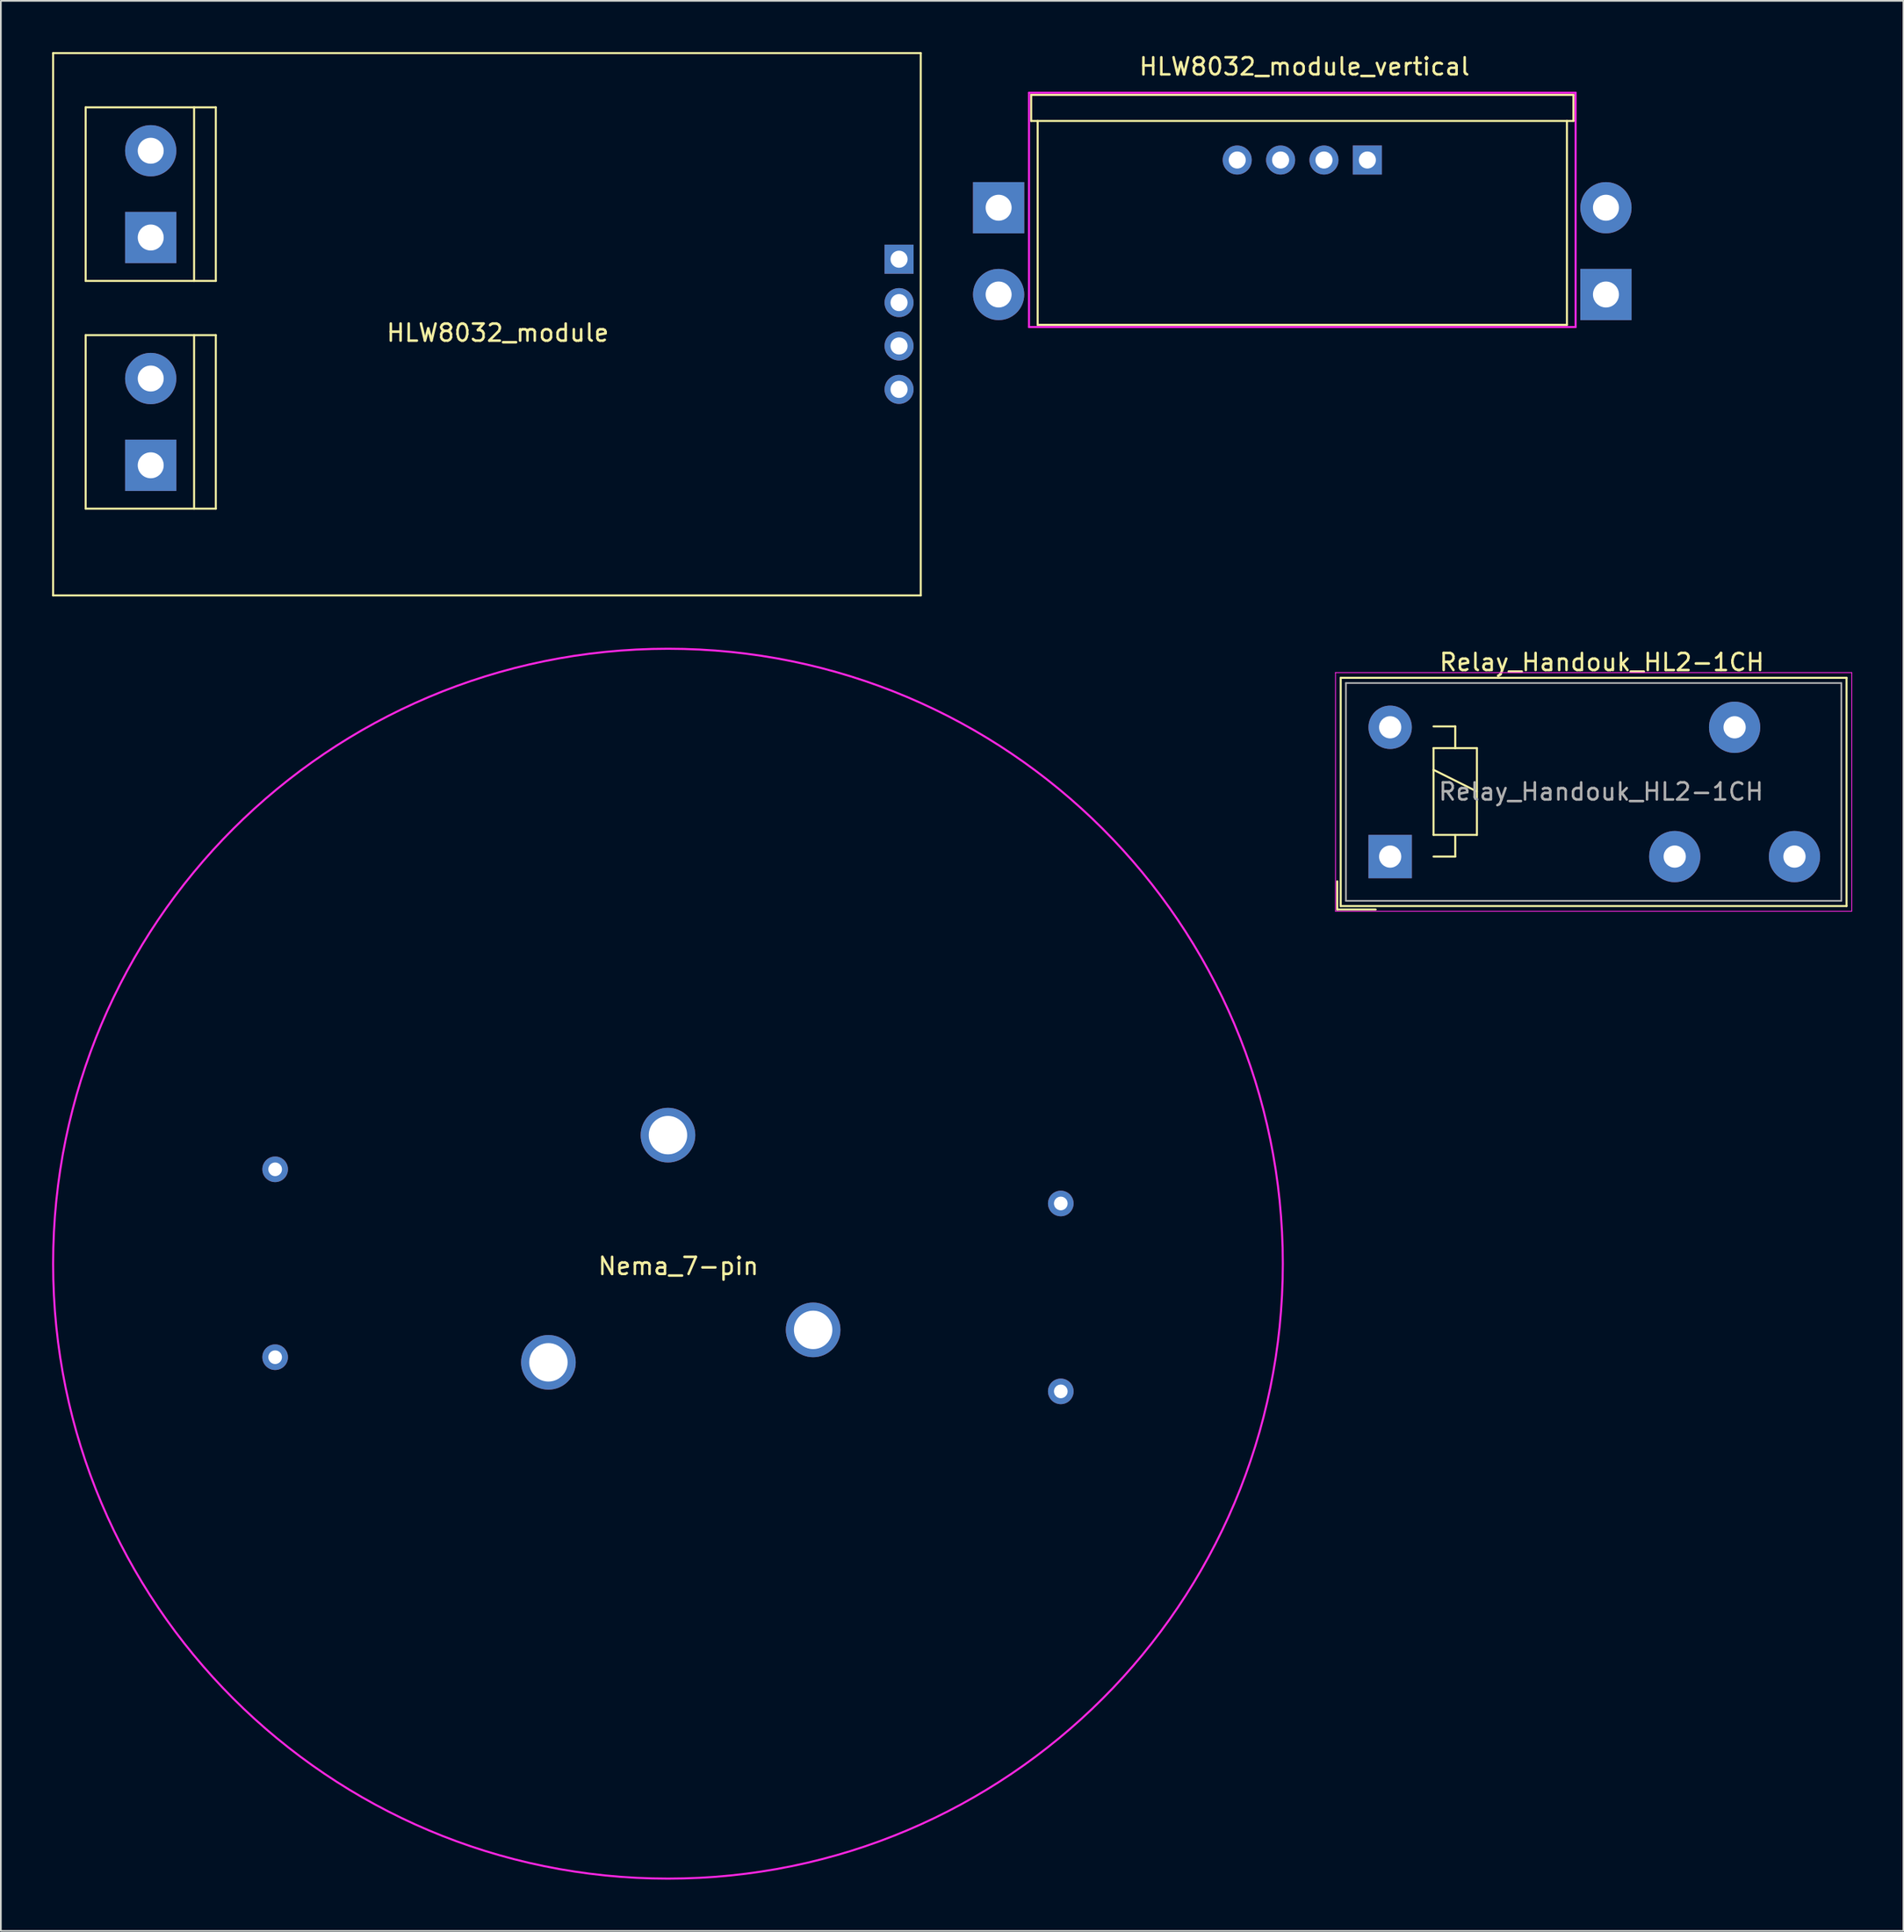
<source format=kicad_pcb>
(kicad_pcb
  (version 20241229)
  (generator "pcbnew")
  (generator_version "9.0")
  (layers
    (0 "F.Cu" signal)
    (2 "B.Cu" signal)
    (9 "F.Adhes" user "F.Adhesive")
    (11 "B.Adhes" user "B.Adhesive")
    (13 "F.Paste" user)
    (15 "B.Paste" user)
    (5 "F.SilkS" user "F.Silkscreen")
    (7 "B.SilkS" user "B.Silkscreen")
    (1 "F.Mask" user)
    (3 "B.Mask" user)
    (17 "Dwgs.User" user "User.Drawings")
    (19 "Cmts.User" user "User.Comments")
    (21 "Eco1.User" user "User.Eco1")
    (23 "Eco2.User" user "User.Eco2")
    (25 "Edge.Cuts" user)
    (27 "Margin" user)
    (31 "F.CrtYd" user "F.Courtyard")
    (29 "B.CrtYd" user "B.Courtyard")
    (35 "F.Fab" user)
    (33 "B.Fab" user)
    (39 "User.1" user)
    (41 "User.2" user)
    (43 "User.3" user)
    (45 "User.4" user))
  (footprint "HLW8032_module"
    (layer "F.Cu")
    (at 25.46 15.935)
    (property "Reference" "HLW8032_module" (at 0.635 0.5 0) (layer "F.SilkS") (effects (font (size 1 1) (thickness 0.15))))
    (attr through_hole)
    (fp_line (start -25.4 -15.875) (end -25.4 15.875) (stroke (width 0.12) (type solid)) (layer "F.SilkS"))
    (fp_line (start -25.4 15.875) (end 25.4 15.875) (stroke (width 0.12) (type solid)) (layer "F.SilkS"))
    (fp_line (start -23.495 -12.7) (end -23.495 -2.54) (stroke (width 0.12) (type solid)) (layer "F.SilkS"))
    (fp_line (start -23.495 -2.54) (end -15.875 -2.54) (stroke (width 0.12) (type solid)) (layer "F.SilkS"))
    (fp_line (start -23.495 0.635) (end -23.495 10.795) (stroke (width 0.12) (type solid)) (layer "F.SilkS"))
    (fp_line (start -23.495 10.795) (end -15.875 10.795) (stroke (width 0.12) (type solid)) (layer "F.SilkS"))
    (fp_line (start -17.145 -12.7) (end -17.145 -2.54) (stroke (width 0.12) (type solid)) (layer "F.SilkS"))
    (fp_line (start -17.145 0.635) (end -17.145 10.795) (stroke (width 0.12) (type solid)) (layer "F.SilkS"))
    (fp_line (start -15.875 -12.7) (end -23.495 -12.7) (stroke (width 0.12) (type solid)) (layer "F.SilkS"))
    (fp_line (start -15.875 -2.54) (end -15.875 -12.7) (stroke (width 0.12) (type solid)) (layer "F.SilkS"))
    (fp_line (start -15.875 0.635) (end -23.495 0.635) (stroke (width 0.12) (type solid)) (layer "F.SilkS"))
    (fp_line (start -15.875 10.795) (end -15.875 0.635) (stroke (width 0.12) (type solid)) (layer "F.SilkS"))
    (fp_line (start 25.4 -15.875) (end -25.4 -15.875) (stroke (width 0.12) (type solid)) (layer "F.SilkS"))
    (fp_line (start 25.4 15.875) (end 25.4 -15.875) (stroke (width 0.12) (type solid)) (layer "F.SilkS"))
    (pad "H1" thru_hole circle (at -19.685 -10.16 90) (size 3 3) (drill 1.52) (layers "*.Cu" "*.Mask"))
    (pad "H2" thru_hole rect (at -19.685 -5.08 90) (size 3 3) (drill 1.52) (layers "*.Cu" "*.Mask"))
    (pad "H3" thru_hole circle (at -19.685 3.175 90) (size 3 3) (drill 1.52) (layers "*.Cu" "*.Mask"))
    (pad "H4" thru_hole rect (at -19.685 8.255 90) (size 3 3) (drill 1.52) (layers "*.Cu" "*.Mask"))
    (pad "L1" thru_hole rect (at 24.13 -3.81) (size 1.7 1.7) (drill 1) (layers "*.Cu" "*.Mask"))
    (pad "L2" thru_hole oval (at 24.13 -1.27) (size 1.7 1.7) (drill 1) (layers "*.Cu" "*.Mask"))
    (pad "L3" thru_hole oval (at 24.13 1.27) (size 1.7 1.7) (drill 1) (layers "*.Cu" "*.Mask"))
    (pad "L4" thru_hole oval (at 24.13 3.81) (size 1.7 1.7) (drill 1) (layers "*.Cu" "*.Mask")))
  (footprint "Nema_7-pin"
    (layer "F.Cu")
    (at 36.06 70.93)
    (property "Reference" "Nema_7-pin" (at 0.61 0.144 0) (layer "F.SilkS") (effects (font (size 1 1) (thickness 0.15))))
    (attr through_hole)
    (fp_circle (center 0 0) (end 36 0) (stroke (width 0.12) (type solid)) (fill no) (layer "F.CrtYd"))
    (pad "1" thru_hole circle (at 0 -7.525) (size 3.2 3.2) (drill 2.25) (layers "*.Cu" "*.Mask"))
    (pad "2" thru_hole circle (at -7 5.775) (size 3.2 3.2) (drill 2.25) (layers "*.Cu" "*.Mask"))
    (pad "3" thru_hole circle (at 8.5 3.875) (size 3.2 3.2) (drill 2.25) (layers "*.Cu" "*.Mask"))
    (pad "4" thru_hole circle (at -23 -5.525) (size 1.5 1.5) (drill 0.8) (layers "*.Cu" "*.Mask"))
    (pad "5" thru_hole circle (at -23 5.475) (size 1.5 1.5) (drill 0.8) (layers "*.Cu" "*.Mask"))
    (pad "6" thru_hole circle (at 23 -3.525) (size 1.5 1.5) (drill 0.8) (layers "*.Cu" "*.Mask"))
    (pad "7" thru_hole circle (at 23 7.475) (size 1.5 1.5) (drill 0.8) (layers "*.Cu" "*.Mask")))
  (footprint "Relay_Handouk_HL2-1CH"
    (layer "F.Cu")
    (at 78.345 47.097)
    (property "Reference" "Relay_Handouk_HL2-1CH" (at 12.395 -11.379 0) (layer "F.SilkS") (effects (font (size 1 1) (thickness 0.15))))
    (attr through_hole)
    (fp_line (start -3.099 1.449) (end -3.099 3.099) (stroke (width 0.12) (type solid)) (layer "F.SilkS"))
    (fp_line (start -3.099 3.099) (end -0.849 3.099) (stroke (width 0.12) (type solid)) (layer "F.SilkS"))
    (fp_line (start -2.896 -10.465) (end 26.721 -10.465) (stroke (width 0.12) (type solid)) (layer "F.SilkS"))
    (fp_line (start -2.896 2.896) (end -2.896 -10.465) (stroke (width 0.12) (type solid)) (layer "F.SilkS"))
    (fp_line (start 2.54 -7.62) (end 3.81 -7.62) (stroke (width 0.12) (type solid)) (layer "F.SilkS"))
    (fp_line (start 2.54 -6.35) (end 3.81 -6.35) (stroke (width 0.12) (type solid)) (layer "F.SilkS"))
    (fp_line (start 2.54 -5.08) (end 5.08 -3.81) (stroke (width 0.12) (type solid)) (layer "F.SilkS"))
    (fp_line (start 2.54 -1.27) (end 2.54 -6.35) (stroke (width 0.12) (type solid)) (layer "F.SilkS"))
    (fp_line (start 3.81 -7.62) (end 3.81 -6.35) (stroke (width 0.12) (type solid)) (layer "F.SilkS"))
    (fp_line (start 3.81 -6.35) (end 5.08 -6.35) (stroke (width 0.12) (type solid)) (layer "F.SilkS"))
    (fp_line (start 3.81 -1.27) (end 3.81 0) (stroke (width 0.12) (type solid)) (layer "F.SilkS"))
    (fp_line (start 3.81 0) (end 2.54 0) (stroke (width 0.12) (type solid)) (layer "F.SilkS"))
    (fp_line (start 5.08 -6.35) (end 5.08 -1.27) (stroke (width 0.12) (type solid)) (layer "F.SilkS"))
    (fp_line (start 5.08 -1.27) (end 2.54 -1.27) (stroke (width 0.12) (type solid)) (layer "F.SilkS"))
    (fp_line (start 26.721 -10.465) (end 26.721 2.896) (stroke (width 0.12) (type solid)) (layer "F.SilkS"))
    (fp_line (start 26.721 2.896) (end -2.896 2.896) (stroke (width 0.12) (type solid)) (layer "F.SilkS"))
    (fp_line (start -3.2 -10.77) (end -3.2 3.2) (stroke (width 0.05) (type solid)) (layer "F.CrtYd"))
    (fp_line (start -3.2 3.2) (end 27.026 3.2) (stroke (width 0.05) (type solid)) (layer "F.CrtYd"))
    (fp_line (start 27.026 -10.77) (end -3.2 -10.77) (stroke (width 0.05) (type solid)) (layer "F.CrtYd"))
    (fp_line (start 27.026 3.2) (end 27.026 -10.77) (stroke (width 0.05) (type solid)) (layer "F.CrtYd"))
    (fp_line (start -2.591 -10.16) (end 26.416 -10.16) (stroke (width 0.1) (type solid)) (layer "F.Fab"))
    (fp_line (start -2.591 2.591) (end -2.591 -10.16) (stroke (width 0.1) (type solid)) (layer "F.Fab"))
    (fp_line (start 26.416 -10.16) (end 26.416 2.591) (stroke (width 0.1) (type solid)) (layer "F.Fab"))
    (fp_line (start 26.416 2.591) (end -2.591 2.591) (stroke (width 0.1) (type solid)) (layer "F.Fab"))
    (fp_text user "${REFERENCE}" (at 12.35 -3.8 0) (layer "F.Fab") (effects (font (size 1 1) (thickness 0.15))))
    (pad "1" thru_hole rect (at 0 0) (size 2.54 2.54) (drill 1.3) (layers "*.Cu" "*.Mask"))
    (pad "2" thru_hole circle (at 16.662 0) (size 3 3) (drill 1.3) (layers "*.Cu" "*.Mask"))
    (pad "3" thru_hole circle (at 23.673 0) (size 3 3) (drill 1.3) (layers "*.Cu" "*.Mask"))
    (pad "4" thru_hole circle (at 20.168 -7.569) (size 3 3) (drill 1.3) (layers "*.Cu" "*.Mask"))
    (pad "5" thru_hole circle (at 0 -7.569) (size 2.54 2.54) (drill 1.3) (layers "*.Cu" "*.Mask")))
  (footprint "HLW8032_module_vertical"
    (layer "F.Cu")
    (at 73.2 6.317)
    (property "Reference" "HLW8032_module_vertical" (at 0.127 -5.469 0) (layer "F.SilkS") (effects (font (size 1 1) (thickness 0.15))))
    (attr through_hole)
    (fp_line (start -15.875 -3.81) (end -15.875 -2.286) (stroke (width 0.12) (type solid)) (layer "F.SilkS"))
    (fp_line (start -15.494 -2.286) (end -15.494 9.652) (stroke (width 0.12) (type solid)) (layer "F.SilkS"))
    (fp_line (start -15.494 9.652) (end 15.494 9.652) (stroke (width 0.12) (type solid)) (layer "F.SilkS"))
    (fp_line (start 15.494 -2.286) (end 15.494 9.652) (stroke (width 0.12) (type solid)) (layer "F.SilkS"))
    (fp_line (start 15.875 -3.81) (end -15.875 -3.81) (stroke (width 0.12) (type solid)) (layer "F.SilkS"))
    (fp_line (start 15.875 -3.81) (end 15.875 -2.286) (stroke (width 0.12) (type solid)) (layer "F.SilkS"))
    (fp_line (start 15.875 -2.286) (end -15.875 -2.286) (stroke (width 0.12) (type solid)) (layer "F.SilkS"))
    (fp_line (start -16.002 -3.937) (end -16.002 9.779) (stroke (width 0.12) (type solid)) (layer "F.CrtYd"))
    (fp_line (start -16.002 9.779) (end 16.002 9.779) (stroke (width 0.12) (type solid)) (layer "F.CrtYd"))
    (fp_line (start 16.002 -3.937) (end -16.002 -3.937) (stroke (width 0.12) (type solid)) (layer "F.CrtYd"))
    (fp_line (start 16.002 9.779) (end 16.002 -3.937) (stroke (width 0.12) (type solid)) (layer "F.CrtYd"))
    (pad "H1" thru_hole circle (at 17.78 2.794 90) (size 3 3) (drill 1.52) (layers "*.Cu" "*.Mask"))
    (pad "H2" thru_hole rect (at 17.78 7.874 90) (size 3 3) (drill 1.52) (layers "*.Cu" "*.Mask"))
    (pad "H3" thru_hole circle (at -17.78 7.874 270) (size 3 3) (drill 1.52) (layers "*.Cu" "*.Mask"))
    (pad "H4" thru_hole rect (at -17.78 2.794 270) (size 3 3) (drill 1.52) (layers "*.Cu" "*.Mask"))
    (pad "L1" thru_hole rect (at 3.81 0 270) (size 1.7 1.7) (drill 1) (layers "*.Cu" "*.Mask"))
    (pad "L2" thru_hole oval (at 1.27 0 270) (size 1.7 1.7) (drill 1) (layers "*.Cu" "*.Mask"))
    (pad "L3" thru_hole oval (at -1.27 0 270) (size 1.7 1.7) (drill 1) (layers "*.Cu" "*.Mask"))
    (pad "L4" thru_hole oval (at -3.81 0 270) (size 1.7 1.7) (drill 1) (layers "*.Cu" "*.Mask")))
  (gr_rect
    (start -3 -3)
    (end 108.396 109.99)
    (stroke (width 0.1) (type default))
    (fill no)
    (layer "Edge.Cuts")))
</source>
